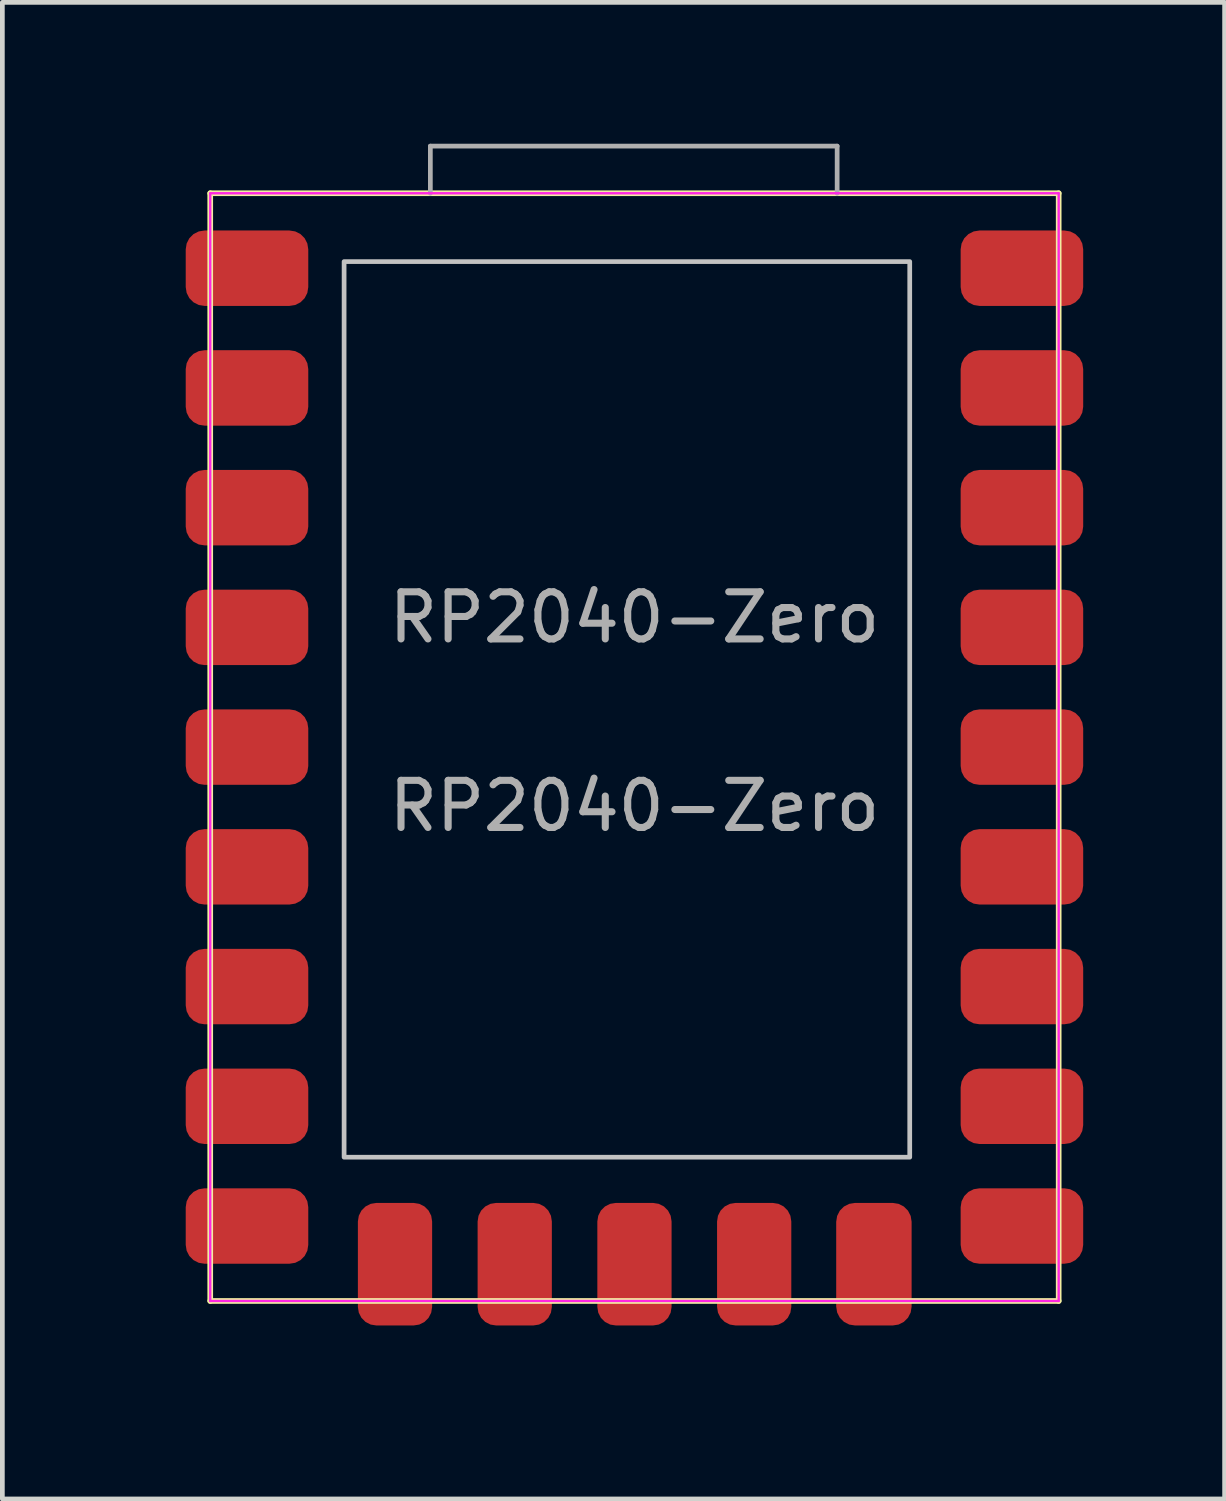
<source format=kicad_pcb>
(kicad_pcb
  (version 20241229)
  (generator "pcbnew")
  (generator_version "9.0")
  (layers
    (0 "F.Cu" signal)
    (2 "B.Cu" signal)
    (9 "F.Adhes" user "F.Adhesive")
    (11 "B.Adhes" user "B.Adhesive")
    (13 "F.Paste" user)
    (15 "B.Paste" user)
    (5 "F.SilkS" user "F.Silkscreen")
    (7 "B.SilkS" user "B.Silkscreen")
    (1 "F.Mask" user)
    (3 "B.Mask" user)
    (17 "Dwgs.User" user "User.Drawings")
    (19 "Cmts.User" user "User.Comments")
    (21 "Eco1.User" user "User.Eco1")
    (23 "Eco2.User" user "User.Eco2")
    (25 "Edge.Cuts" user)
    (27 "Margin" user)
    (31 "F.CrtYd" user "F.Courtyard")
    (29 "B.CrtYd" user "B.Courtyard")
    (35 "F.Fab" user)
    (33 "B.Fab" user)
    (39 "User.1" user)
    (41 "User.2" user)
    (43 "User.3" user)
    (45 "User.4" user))
  (footprint "RP2040-Zero"
    (layer "F.Cu")
    (at 0.25 25.5)
    (property "Reference" "RP2040-Zero" (at 10.16 -15.45 0) (unlocked yes) (layer "F.Fab") (effects (font (size 1 1) (thickness 0.15))))
    (attr through_hole)
    (fp_line (start 1.16 -24.45) (end 1.16 -0.95) (stroke (width 0.12) (type solid)) (layer "F.SilkS"))
    (fp_line (start 1.16 -0.95) (end 19.16 -0.95) (stroke (width 0.12) (type solid)) (layer "F.SilkS"))
    (fp_line (start 19.16 -24.45) (end 1.16 -24.45) (stroke (width 0.12) (type solid)) (layer "F.SilkS"))
    (fp_line (start 19.16 -0.95) (end 19.16 -24.45) (stroke (width 0.12) (type solid)) (layer "F.SilkS"))
    (fp_rect (start 4 -23) (end 16 -4) (stroke (width 0.1) (type default)) (fill no) (layer "Dwgs.User"))
    (fp_line (start 1.16 -24.45) (end 19.16 -24.45) (stroke (width 0.05) (type solid)) (layer "F.CrtYd"))
    (fp_line (start 1.16 -0.95) (end 1.16 -24.45) (stroke (width 0.05) (type solid)) (layer "F.CrtYd"))
    (fp_line (start 19.16 -24.45) (end 19.16 -0.95) (stroke (width 0.05) (type solid)) (layer "F.CrtYd"))
    (fp_line (start 19.16 -0.95) (end 1.16 -0.95) (stroke (width 0.05) (type solid)) (layer "F.CrtYd"))
    (fp_line (start 5.83 -25.45) (end 5.83 -24.45) (stroke (width 0.1) (type solid)) (layer "F.Fab"))
    (fp_line (start 5.83 -25.45) (end 14.46 -25.45) (stroke (width 0.1) (type solid)) (layer "F.Fab"))
    (fp_line (start 14.46 -25.45) (end 14.46 -24.45) (stroke (width 0.1) (type solid)) (layer "F.Fab"))
    (fp_text user "${REFERENCE}" (at 10.16 -11.45 0) (unlocked yes) (layer "F.Fab") (effects (font (size 1 1) (thickness 0.15))))
    (pad "1" smd roundrect (at 17.78 -22.86) (size 2.6 1.6) (drill (offset 0.6 0)) (layers "F.Cu" "F.Mask" "F.Paste") (roundrect_rratio 0.25))
    (pad "2" smd roundrect (at 17.78 -20.32) (size 2.6 1.6) (drill (offset 0.6 0)) (layers "F.Cu" "F.Mask" "F.Paste") (roundrect_rratio 0.25))
    (pad "3" smd roundrect (at 17.78 -17.78) (size 2.6 1.6) (drill (offset 0.6 0)) (layers "F.Cu" "F.Mask" "F.Paste") (roundrect_rratio 0.25))
    (pad "4" smd roundrect (at 17.78 -15.24) (size 2.6 1.6) (drill (offset 0.6 0)) (layers "F.Cu" "F.Mask" "F.Paste") (roundrect_rratio 0.25))
    (pad "5" smd roundrect (at 17.78 -12.7) (size 2.6 1.6) (drill (offset 0.6 0)) (layers "F.Cu" "F.Mask" "F.Paste") (roundrect_rratio 0.25))
    (pad "6" smd roundrect (at 17.78 -10.16) (size 2.6 1.6) (drill (offset 0.6 0)) (layers "F.Cu" "F.Mask" "F.Paste") (roundrect_rratio 0.25))
    (pad "7" smd roundrect (at 17.78 -7.62) (size 2.6 1.6) (drill (offset 0.6 0)) (layers "F.Cu" "F.Mask" "F.Paste") (roundrect_rratio 0.25))
    (pad "8" smd roundrect (at 17.78 -5.08) (size 2.6 1.6) (drill (offset 0.6 0)) (layers "F.Cu" "F.Mask" "F.Paste") (roundrect_rratio 0.25))
    (pad "9" smd roundrect (at 17.78 -2.54) (size 2.6 1.6) (drill (offset 0.6 0)) (layers "F.Cu" "F.Mask" "F.Paste") (roundrect_rratio 0.25))
    (pad "10" smd roundrect (at 15.24 -2.33) (size 1.6 2.6) (drill (offset 0 0.6)) (layers "F.Cu" "F.Mask" "F.Paste") (roundrect_rratio 0.25))
    (pad "11" smd roundrect (at 12.7 -2.33) (size 1.575 2.6) (drill (offset 0 0.6)) (layers "F.Cu" "F.Mask" "F.Paste") (roundrect_rratio 0.25))
    (pad "12" smd roundrect (at 10.16 -2.33) (size 1.575 2.6) (drill (offset 0 0.6)) (layers "F.Cu" "F.Mask" "F.Paste") (roundrect_rratio 0.25))
    (pad "13" smd roundrect (at 7.62 -2.33) (size 1.575 2.6) (drill (offset 0 0.6)) (layers "F.Cu" "F.Mask" "F.Paste") (roundrect_rratio 0.25))
    (pad "14" smd roundrect (at 5.08 -2.33) (size 1.575 2.6) (drill (offset 0 0.6)) (layers "F.Cu" "F.Mask" "F.Paste") (roundrect_rratio 0.25))
    (pad "15" smd roundrect (at 2.54 -2.54) (size 2.6 1.6) (drill (offset -0.6 0)) (layers "F.Cu" "F.Mask" "F.Paste") (roundrect_rratio 0.25))
    (pad "16" smd roundrect (at 2.54 -5.08) (size 2.6 1.6) (drill (offset -0.6 0)) (layers "F.Cu" "F.Mask" "F.Paste") (roundrect_rratio 0.25))
    (pad "17" smd roundrect (at 2.54 -7.62) (size 2.6 1.6) (drill (offset -0.6 0)) (layers "F.Cu" "F.Mask" "F.Paste") (roundrect_rratio 0.25))
    (pad "18" smd roundrect (at 2.54 -10.16) (size 2.6 1.6) (drill (offset -0.6 0)) (layers "F.Cu" "F.Mask" "F.Paste") (roundrect_rratio 0.25))
    (pad "19" smd roundrect (at 2.54 -12.7) (size 2.6 1.6) (drill (offset -0.6 0)) (layers "F.Cu" "F.Mask" "F.Paste") (roundrect_rratio 0.25))
    (pad "20" smd roundrect (at 2.54 -15.24) (size 2.6 1.6) (drill (offset -0.6 0)) (layers "F.Cu" "F.Mask" "F.Paste") (roundrect_rratio 0.25))
    (pad "21" smd roundrect (at 2.54 -17.78) (size 2.6 1.6) (drill (offset -0.6 0)) (layers "F.Cu" "F.Mask" "F.Paste") (roundrect_rratio 0.25))
    (pad "22" smd roundrect (at 2.54 -20.32) (size 2.6 1.6) (drill (offset -0.6 0)) (layers "F.Cu" "F.Mask" "F.Paste") (roundrect_rratio 0.25))
    (pad "23" smd roundrect (at 2.54 -22.86) (size 2.6 1.6) (drill (offset -0.6 0)) (layers "F.Cu" "F.Mask" "F.Paste") (roundrect_rratio 0.25)))
  (gr_rect
    (start -3 -3)
    (end 22.93 28.75)
    (stroke (width 0.1) (type default))
    (fill no)
    (layer "Edge.Cuts")))
</source>
